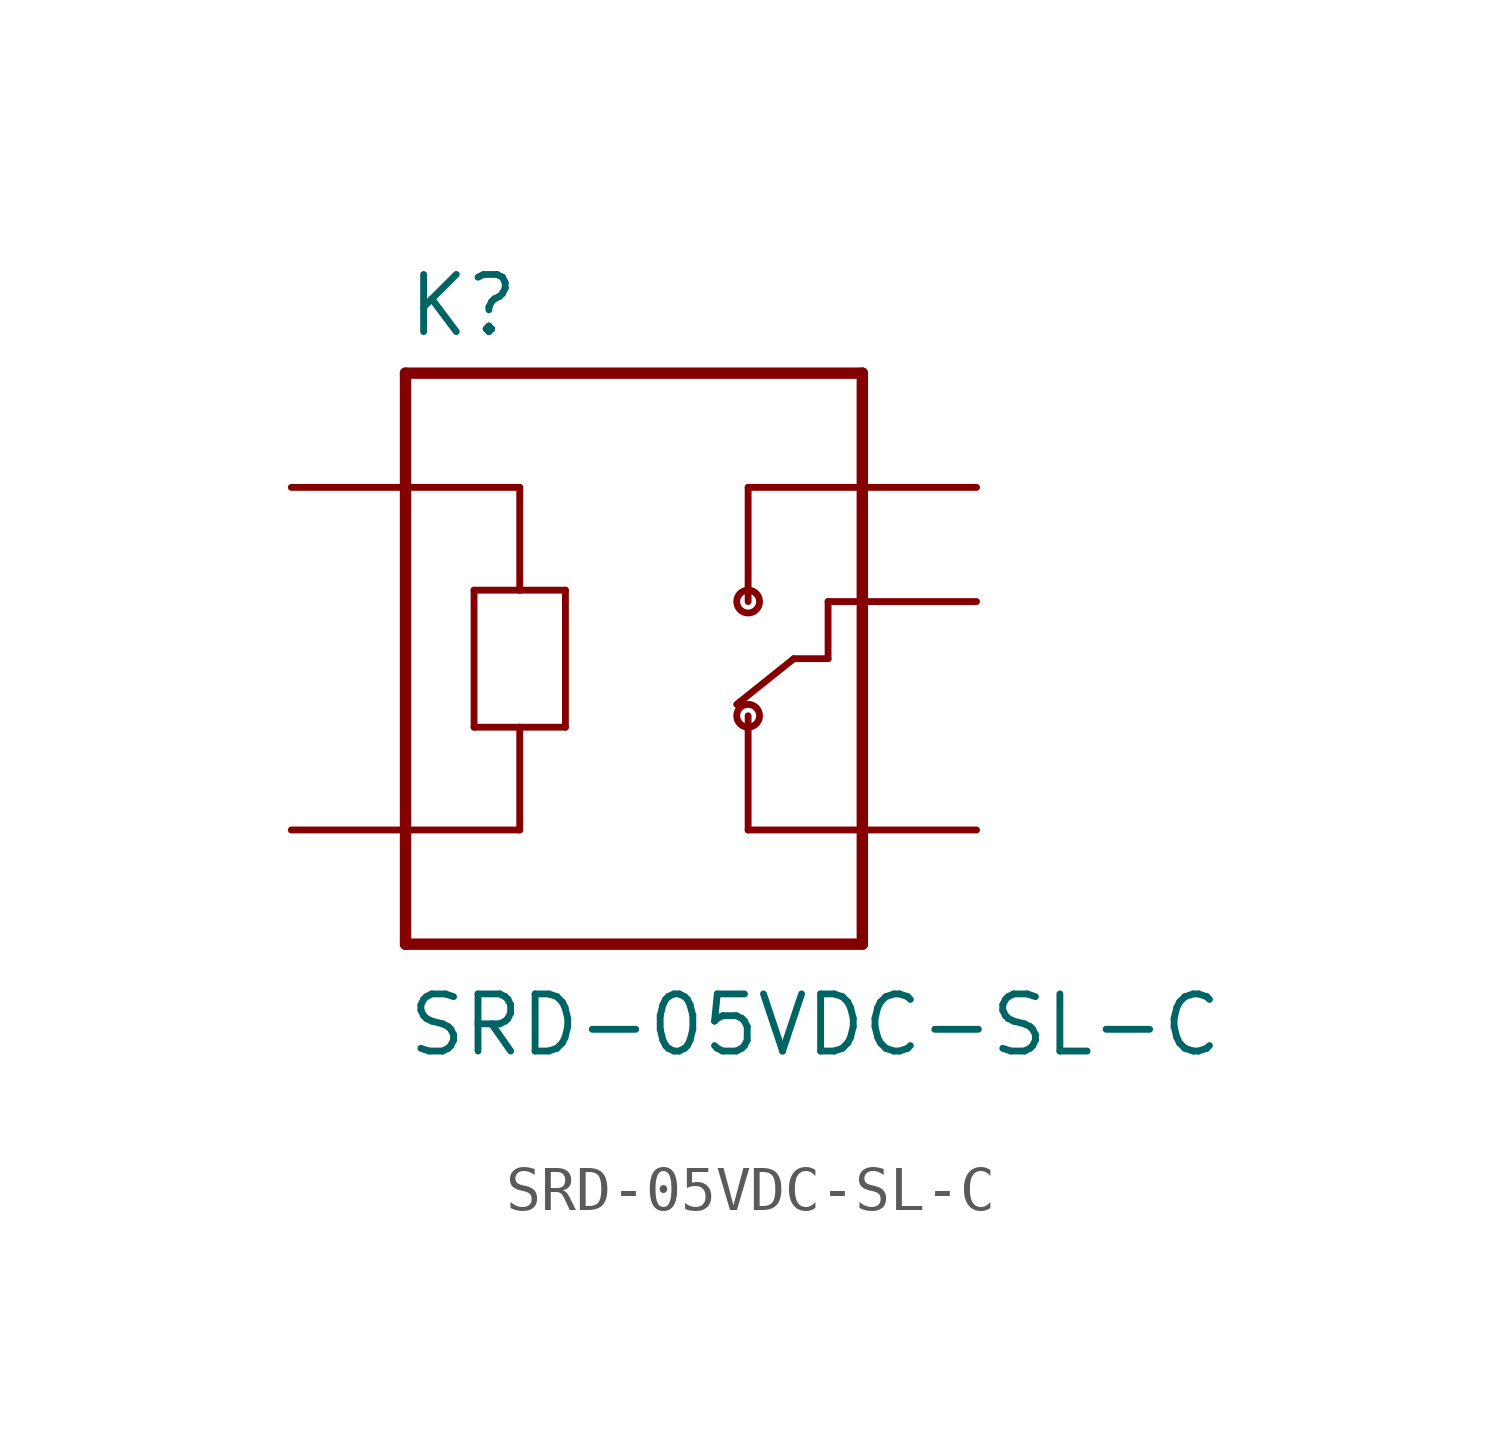
<source format=kicad_sym>
(kicad_symbol_lib
  (version 20211014)
  (generator kicad_symbol_editor)
  (symbol "SRD-05VDC-SL-C"
    (pin_numbers hide)
    (pin_names
      (offset 1.016) hide)
    (property "Reference" "K"
      (at -5.08 5.842 0)
      (effects (font (size 1.27 1.27)) (justify left bottom)))
    (property "Value" "SRD-05VDC-SL-C"
      (at -5.08 -10.16 0)
      (effects (font (size 1.27 1.27)) (justify left bottom)))
    (symbol "SRD-05VDC-SL-C_0_0"
      (polyline (pts (xy -5.08 -7.62) (xy -5.08 5.08)) (stroke (width 0.254) (type default) (color 0 0 0 0)) (fill (type none)))
      (polyline (pts (xy -5.08 2.54) (xy -2.54 2.54)) (stroke (width 0.152) (type default) (color 0 0 0 0)) (fill (type none)))
      (polyline (pts (xy -5.08 5.08) (xy 5.08 5.08)) (stroke (width 0.254) (type default) (color 0 0 0 0)) (fill (type none)))
      (polyline (pts (xy -3.556 -2.794) (xy -2.54 -2.794)) (stroke (width 0.152) (type default) (color 0 0 0 0)) (fill (type none)))
      (polyline (pts (xy -3.556 0.254) (xy -3.556 -2.794)) (stroke (width 0.152) (type default) (color 0 0 0 0)) (fill (type none)))
      (polyline (pts (xy -2.54 -5.08) (xy -5.08 -5.08)) (stroke (width 0.152) (type default) (color 0 0 0 0)) (fill (type none)))
      (polyline (pts (xy -2.54 -2.794) (xy -2.54 -5.08)) (stroke (width 0.152) (type default) (color 0 0 0 0)) (fill (type none)))
      (polyline (pts (xy -2.54 -2.794) (xy -1.524 -2.794)) (stroke (width 0.152) (type default) (color 0 0 0 0)) (fill (type none)))
      (polyline (pts (xy -2.54 0.254) (xy -3.556 0.254)) (stroke (width 0.152) (type default) (color 0 0 0 0)) (fill (type none)))
      (polyline (pts (xy -2.54 2.54) (xy -2.54 0.254)) (stroke (width 0.152) (type default) (color 0 0 0 0)) (fill (type none)))
      (polyline (pts (xy -1.524 -2.794) (xy -1.524 0.254)) (stroke (width 0.152) (type default) (color 0 0 0 0)) (fill (type none)))
      (polyline (pts (xy -1.524 0.254) (xy -2.54 0.254)) (stroke (width 0.152) (type default) (color 0 0 0 0)) (fill (type none)))
      (polyline (pts (xy 2.54 -5.08) (xy 5.08 -5.08)) (stroke (width 0.152) (type default) (color 0 0 0 0)) (fill (type none)))
      (polyline (pts (xy 2.54 -2.54) (xy 2.54 -5.08)) (stroke (width 0.152) (type default) (color 0 0 0 0)) (fill (type none)))
      (polyline (pts (xy 2.54 2.54) (xy 2.54 0)) (stroke (width 0.152) (type default) (color 0 0 0 0)) (fill (type none)))
      (polyline (pts (xy 3.556 -1.27) (xy 2.286 -2.286)) (stroke (width 0.152) (type default) (color 0 0 0 0)) (fill (type none)))
      (polyline (pts (xy 3.556 -1.27) (xy 4.318 -1.27)) (stroke (width 0.152) (type default) (color 0 0 0 0)) (fill (type none)))
      (polyline (pts (xy 4.318 -1.27) (xy 4.318 0)) (stroke (width 0.152) (type default) (color 0 0 0 0)) (fill (type none)))
      (polyline (pts (xy 4.318 0) (xy 5.08 0)) (stroke (width 0.152) (type default) (color 0 0 0 0)) (fill (type none)))
      (polyline (pts (xy 5.08 -7.62) (xy -5.08 -7.62)) (stroke (width 0.254) (type default) (color 0 0 0 0)) (fill (type none)))
      (polyline (pts (xy 5.08 0) (xy 5.08 -7.62)) (stroke (width 0.254) (type default) (color 0 0 0 0)) (fill (type none)))
      (polyline (pts (xy 5.08 2.54) (xy 2.54 2.54)) (stroke (width 0.152) (type default) (color 0 0 0 0)) (fill (type none)))
      (polyline (pts (xy 5.08 5.08) (xy 5.08 0)) (stroke (width 0.254) (type default) (color 0 0 0 0)) (fill (type none)))
      (circle (center 2.54 -2.54) (radius 0.254) (stroke (width 0.152) (type default) (color 0 0 0 0)) (fill (type none)))
      (circle (center 2.54 0) (radius 0.254) (stroke (width 0.152) (type default) (color 0 0 0 0)) (fill (type none)))
      (pin passive line (at -7.62 2.54 0) (length 2.54) (name "~" (effects (font (size 1.016 1.016)))) (number "A1" (effects (font (size 1.016 1.016)))))
      (pin passive line (at -7.62 -5.08 0) (length 2.54) (name "~" (effects (font (size 1.016 1.016)))) (number "A2" (effects (font (size 1.016 1.016)))))
      (pin passive line (at 7.62 0 180) (length 2.54) (name "~" (effects (font (size 1.016 1.016)))) (number "COM" (effects (font (size 1.016 1.016)))))
      (pin passive line (at 7.62 -5.08 180) (length 2.54) (name "~" (effects (font (size 1.016 1.016)))) (number "NC" (effects (font (size 1.016 1.016)))))
      (pin passive line (at 7.62 2.54 180) (length 2.54) (name "~" (effects (font (size 1.016 1.016)))) (number "NO" (effects (font (size 1.016 1.016))))))))
</source>
